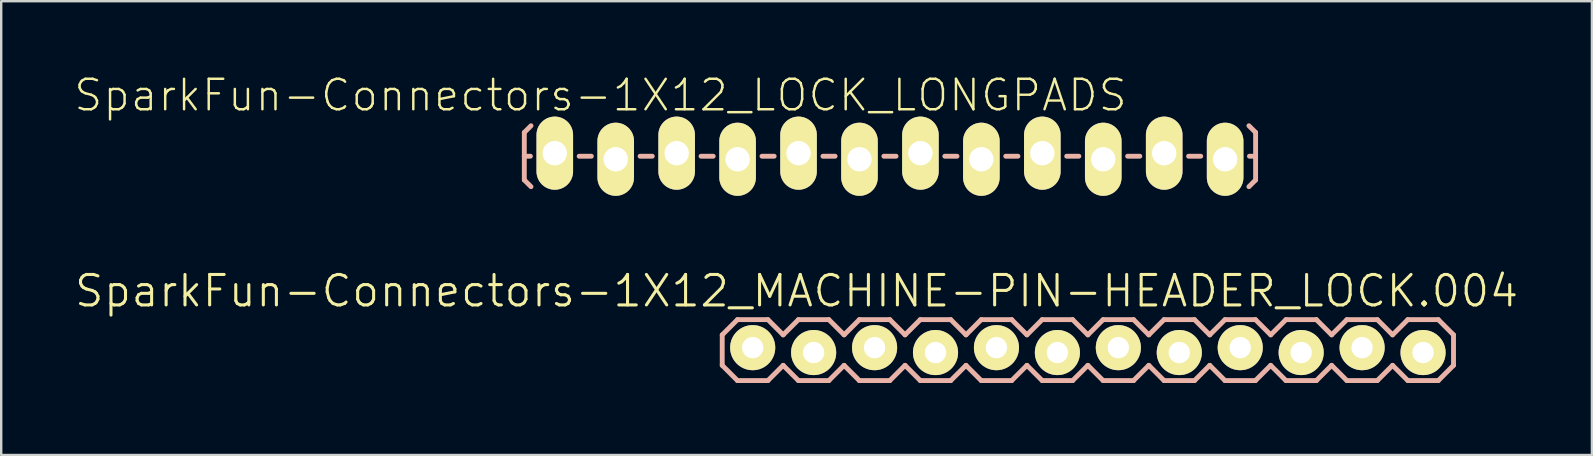
<source format=kicad_pcb>
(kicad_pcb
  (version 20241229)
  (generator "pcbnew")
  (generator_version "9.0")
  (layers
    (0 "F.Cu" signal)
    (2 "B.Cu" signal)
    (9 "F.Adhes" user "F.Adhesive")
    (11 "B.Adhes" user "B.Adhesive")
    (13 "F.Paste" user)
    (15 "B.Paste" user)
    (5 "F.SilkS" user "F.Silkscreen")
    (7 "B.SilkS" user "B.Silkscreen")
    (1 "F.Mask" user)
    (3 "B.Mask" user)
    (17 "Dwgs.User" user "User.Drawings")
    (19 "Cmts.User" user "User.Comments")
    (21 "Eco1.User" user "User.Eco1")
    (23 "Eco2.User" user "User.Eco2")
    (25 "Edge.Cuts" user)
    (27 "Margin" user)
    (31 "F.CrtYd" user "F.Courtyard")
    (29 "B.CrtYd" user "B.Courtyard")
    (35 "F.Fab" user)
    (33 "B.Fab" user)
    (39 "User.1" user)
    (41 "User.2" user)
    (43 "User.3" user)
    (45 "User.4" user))
  (footprint "SparkFun-Connectors-1X12_LOCK_LONGPADS"
    (layer "F.Cu")
    (at 20.073 3.461)
    (property "Reference" "SparkFun-Connectors-1X12_LOCK_LONGPADS" (at 1.905 -2.54 0) (layer "F.SilkS") (effects (font (size 1.27 1.27) (thickness 0.102))))
    (attr exclude_from_pos_files exclude_from_bom)
    (fp_line (start -0.292 -0.292) (end 0.292 -0.292) (stroke (width 0.066) (type solid)) (layer "F.SilkS"))
    (fp_line (start -0.292 0.292) (end -0.292 -0.292) (stroke (width 0.066) (type solid)) (layer "F.SilkS"))
    (fp_line (start -0.292 0.292) (end 0.292 0.292) (stroke (width 0.066) (type solid)) (layer "F.SilkS"))
    (fp_line (start 0.292 0.292) (end 0.292 -0.292) (stroke (width 0.066) (type solid)) (layer "F.SilkS"))
    (fp_line (start 2.248 -0.292) (end 2.832 -0.292) (stroke (width 0.066) (type solid)) (layer "F.SilkS"))
    (fp_line (start 2.248 0.292) (end 2.248 -0.292) (stroke (width 0.066) (type solid)) (layer "F.SilkS"))
    (fp_line (start 2.248 0.292) (end 2.832 0.292) (stroke (width 0.066) (type solid)) (layer "F.SilkS"))
    (fp_line (start 2.832 0.292) (end 2.832 -0.292) (stroke (width 0.066) (type solid)) (layer "F.SilkS"))
    (fp_line (start 4.788 -0.292) (end 5.372 -0.292) (stroke (width 0.066) (type solid)) (layer "F.SilkS"))
    (fp_line (start 4.788 0.292) (end 4.788 -0.292) (stroke (width 0.066) (type solid)) (layer "F.SilkS"))
    (fp_line (start 4.788 0.292) (end 5.372 0.292) (stroke (width 0.066) (type solid)) (layer "F.SilkS"))
    (fp_line (start 5.372 0.292) (end 5.372 -0.292) (stroke (width 0.066) (type solid)) (layer "F.SilkS"))
    (fp_line (start 7.328 -0.292) (end 7.912 -0.292) (stroke (width 0.066) (type solid)) (layer "F.SilkS"))
    (fp_line (start 7.328 0.292) (end 7.328 -0.292) (stroke (width 0.066) (type solid)) (layer "F.SilkS"))
    (fp_line (start 7.328 0.292) (end 7.912 0.292) (stroke (width 0.066) (type solid)) (layer "F.SilkS"))
    (fp_line (start 7.912 0.292) (end 7.912 -0.292) (stroke (width 0.066) (type solid)) (layer "F.SilkS"))
    (fp_line (start 9.868 -0.292) (end 10.452 -0.292) (stroke (width 0.066) (type solid)) (layer "F.SilkS"))
    (fp_line (start 9.868 0.292) (end 9.868 -0.292) (stroke (width 0.066) (type solid)) (layer "F.SilkS"))
    (fp_line (start 9.868 0.292) (end 10.452 0.292) (stroke (width 0.066) (type solid)) (layer "F.SilkS"))
    (fp_line (start 10.452 0.292) (end 10.452 -0.292) (stroke (width 0.066) (type solid)) (layer "F.SilkS"))
    (fp_line (start 12.408 -0.292) (end 12.992 -0.292) (stroke (width 0.066) (type solid)) (layer "F.SilkS"))
    (fp_line (start 12.408 0.292) (end 12.408 -0.292) (stroke (width 0.066) (type solid)) (layer "F.SilkS"))
    (fp_line (start 12.408 0.292) (end 12.992 0.292) (stroke (width 0.066) (type solid)) (layer "F.SilkS"))
    (fp_line (start 12.992 0.292) (end 12.992 -0.292) (stroke (width 0.066) (type solid)) (layer "F.SilkS"))
    (fp_line (start 14.948 -0.292) (end 15.532 -0.292) (stroke (width 0.066) (type solid)) (layer "F.SilkS"))
    (fp_line (start 14.948 0.292) (end 14.948 -0.292) (stroke (width 0.066) (type solid)) (layer "F.SilkS"))
    (fp_line (start 14.948 0.292) (end 15.532 0.292) (stroke (width 0.066) (type solid)) (layer "F.SilkS"))
    (fp_line (start 15.532 0.292) (end 15.532 -0.292) (stroke (width 0.066) (type solid)) (layer "F.SilkS"))
    (fp_line (start 17.488 -0.292) (end 18.072 -0.292) (stroke (width 0.066) (type solid)) (layer "F.SilkS"))
    (fp_line (start 17.488 0.292) (end 17.488 -0.292) (stroke (width 0.066) (type solid)) (layer "F.SilkS"))
    (fp_line (start 17.488 0.292) (end 18.072 0.292) (stroke (width 0.066) (type solid)) (layer "F.SilkS"))
    (fp_line (start 18.072 0.292) (end 18.072 -0.292) (stroke (width 0.066) (type solid)) (layer "F.SilkS"))
    (fp_line (start 20.028 -0.292) (end 20.612 -0.292) (stroke (width 0.066) (type solid)) (layer "F.SilkS"))
    (fp_line (start 20.028 0.292) (end 20.028 -0.292) (stroke (width 0.066) (type solid)) (layer "F.SilkS"))
    (fp_line (start 20.028 0.292) (end 20.612 0.292) (stroke (width 0.066) (type solid)) (layer "F.SilkS"))
    (fp_line (start 20.612 0.292) (end 20.612 -0.292) (stroke (width 0.066) (type solid)) (layer "F.SilkS"))
    (fp_line (start 22.568 -0.292) (end 23.152 -0.292) (stroke (width 0.066) (type solid)) (layer "F.SilkS"))
    (fp_line (start 22.568 0.292) (end 22.568 -0.292) (stroke (width 0.066) (type solid)) (layer "F.SilkS"))
    (fp_line (start 22.568 0.292) (end 23.152 0.292) (stroke (width 0.066) (type solid)) (layer "F.SilkS"))
    (fp_line (start 23.152 0.292) (end 23.152 -0.292) (stroke (width 0.066) (type solid)) (layer "F.SilkS"))
    (fp_line (start 25.108 -0.292) (end 25.692 -0.292) (stroke (width 0.066) (type solid)) (layer "F.SilkS"))
    (fp_line (start 25.108 0.292) (end 25.108 -0.292) (stroke (width 0.066) (type solid)) (layer "F.SilkS"))
    (fp_line (start 25.108 0.292) (end 25.692 0.292) (stroke (width 0.066) (type solid)) (layer "F.SilkS"))
    (fp_line (start 25.692 0.292) (end 25.692 -0.292) (stroke (width 0.066) (type solid)) (layer "F.SilkS"))
    (fp_line (start 27.648 -0.292) (end 28.232 -0.292) (stroke (width 0.066) (type solid)) (layer "F.SilkS"))
    (fp_line (start 27.648 0.292) (end 27.648 -0.292) (stroke (width 0.066) (type solid)) (layer "F.SilkS"))
    (fp_line (start 27.648 0.292) (end 28.232 0.292) (stroke (width 0.066) (type solid)) (layer "F.SilkS"))
    (fp_line (start 28.232 0.292) (end 28.232 -0.292) (stroke (width 0.066) (type solid)) (layer "F.SilkS"))
    (fp_line (start -1.27 -0.991) (end -0.991 -1.27) (stroke (width 0.203) (type solid)) (layer "B.SilkS"))
    (fp_line (start -1.27 0) (end -1.27 -0.991) (stroke (width 0.203) (type solid)) (layer "B.SilkS"))
    (fp_line (start -1.27 0) (end -1.27 0.991) (stroke (width 0.203) (type solid)) (layer "B.SilkS"))
    (fp_line (start -1.27 0) (end -1.016 0) (stroke (width 0.203) (type solid)) (layer "B.SilkS"))
    (fp_line (start -1.27 0.991) (end -0.991 1.27) (stroke (width 0.203) (type solid)) (layer "B.SilkS"))
    (fp_line (start 1.524 0) (end 1.016 0) (stroke (width 0.203) (type solid)) (layer "B.SilkS"))
    (fp_line (start 4.064 0) (end 3.556 0) (stroke (width 0.203) (type solid)) (layer "B.SilkS"))
    (fp_line (start 6.604 0) (end 6.096 0) (stroke (width 0.203) (type solid)) (layer "B.SilkS"))
    (fp_line (start 9.144 0) (end 8.636 0) (stroke (width 0.203) (type solid)) (layer "B.SilkS"))
    (fp_line (start 11.684 0) (end 11.176 0) (stroke (width 0.203) (type solid)) (layer "B.SilkS"))
    (fp_line (start 14.224 0) (end 13.716 0) (stroke (width 0.203) (type solid)) (layer "B.SilkS"))
    (fp_line (start 16.764 0) (end 16.256 0) (stroke (width 0.203) (type solid)) (layer "B.SilkS"))
    (fp_line (start 19.304 0) (end 18.796 0) (stroke (width 0.203) (type solid)) (layer "B.SilkS"))
    (fp_line (start 21.844 0) (end 21.336 0) (stroke (width 0.203) (type solid)) (layer "B.SilkS"))
    (fp_line (start 24.384 0) (end 23.876 0) (stroke (width 0.203) (type solid)) (layer "B.SilkS"))
    (fp_line (start 26.924 0) (end 26.416 0) (stroke (width 0.203) (type solid)) (layer "B.SilkS"))
    (fp_line (start 29.21 -0.991) (end 28.931 -1.27) (stroke (width 0.203) (type solid)) (layer "B.SilkS"))
    (fp_line (start 29.21 0) (end 28.953 0) (stroke (width 0.203) (type solid)) (layer "B.SilkS"))
    (fp_line (start 29.21 0) (end 29.21 -0.991) (stroke (width 0.203) (type solid)) (layer "B.SilkS"))
    (fp_line (start 29.21 0) (end 29.21 0.991) (stroke (width 0.203) (type solid)) (layer "B.SilkS"))
    (fp_line (start 29.21 0.991) (end 28.931 1.27) (stroke (width 0.203) (type solid)) (layer "B.SilkS"))
    (pad "1" thru_hole oval (at 0 -0.127 180) (size 1.524 3.048) (drill 1.016) (layers "*.Cu" "F.Mask" "F.SilkS" "F.Paste"))
    (pad "2" thru_hole oval (at 2.54 0.127 180) (size 1.524 3.048) (drill 1.016) (layers "*.Cu" "F.Mask" "F.SilkS" "F.Paste"))
    (pad "3" thru_hole oval (at 5.08 -0.127 180) (size 1.524 3.048) (drill 1.016) (layers "*.Cu" "F.Mask" "F.SilkS" "F.Paste"))
    (pad "4" thru_hole oval (at 7.62 0.127 180) (size 1.524 3.048) (drill 1.016) (layers "*.Cu" "F.Mask" "F.SilkS" "F.Paste"))
    (pad "5" thru_hole oval (at 10.16 -0.127 180) (size 1.524 3.048) (drill 1.016) (layers "*.Cu" "F.Mask" "F.SilkS" "F.Paste"))
    (pad "6" thru_hole oval (at 12.7 0.127 180) (size 1.524 3.048) (drill 1.016) (layers "*.Cu" "F.Mask" "F.SilkS" "F.Paste"))
    (pad "7" thru_hole oval (at 15.24 -0.127 180) (size 1.524 3.048) (drill 1.016) (layers "*.Cu" "F.Mask" "F.SilkS" "F.Paste"))
    (pad "8" thru_hole oval (at 17.78 0.127 180) (size 1.524 3.048) (drill 1.016) (layers "*.Cu" "F.Mask" "F.SilkS" "F.Paste"))
    (pad "9" thru_hole oval (at 20.32 -0.127 180) (size 1.524 3.048) (drill 1.016) (layers "*.Cu" "F.Mask" "F.SilkS" "F.Paste"))
    (pad "10" thru_hole oval (at 22.86 0.127 180) (size 1.524 3.048) (drill 1.016) (layers "*.Cu" "F.Mask" "F.SilkS" "F.Paste"))
    (pad "11" thru_hole oval (at 25.4 -0.127 180) (size 1.524 3.048) (drill 1.016) (layers "*.Cu" "F.Mask" "F.SilkS" "F.Paste"))
    (pad "12" thru_hole oval (at 27.94 0.127 180) (size 1.524 3.048) (drill 1.016) (layers "*.Cu" "F.Mask" "F.SilkS" "F.Paste")))
  (footprint "SparkFun-Connectors-1X12_MACHINE-PIN-HEADER_LOCK.004"
    (layer "F.Cu")
    (at 28.322 11.542)
    (property "Reference" "SparkFun-Connectors-1X12_MACHINE-PIN-HEADER_LOCK.004" (at 1.829 -2.464 0) (layer "F.SilkS") (effects (font (size 1.27 1.27) (thickness 0.127))))
    (attr exclude_from_pos_files exclude_from_bom)
    (fp_circle (center 0 0) (end -0.165 0.165) (stroke (width 0.013) (type solid)) (fill no) (layer "F.SilkS"))
    (fp_circle (center 2.54 0) (end 2.705 0.165) (stroke (width 0.013) (type solid)) (fill no) (layer "F.SilkS"))
    (fp_circle (center 5.08 0) (end 5.245 0.165) (stroke (width 0.013) (type solid)) (fill no) (layer "F.SilkS"))
    (fp_circle (center 7.62 0) (end 7.785 0.165) (stroke (width 0.013) (type solid)) (fill no) (layer "F.SilkS"))
    (fp_circle (center 10.16 0) (end 10.325 0.165) (stroke (width 0.013) (type solid)) (fill no) (layer "F.SilkS"))
    (fp_circle (center 12.7 0) (end 12.865 0.165) (stroke (width 0.013) (type solid)) (fill no) (layer "F.SilkS"))
    (fp_circle (center 15.24 0) (end 15.405 0.165) (stroke (width 0.013) (type solid)) (fill no) (layer "F.SilkS"))
    (fp_circle (center 17.78 0) (end 17.945 0.165) (stroke (width 0.013) (type solid)) (fill no) (layer "F.SilkS"))
    (fp_circle (center 20.32 0) (end 20.485 0.165) (stroke (width 0.013) (type solid)) (fill no) (layer "F.SilkS"))
    (fp_circle (center 22.86 0) (end 23.025 0.165) (stroke (width 0.013) (type solid)) (fill no) (layer "F.SilkS"))
    (fp_circle (center 25.4 0) (end 25.565 0.165) (stroke (width 0.013) (type solid)) (fill no) (layer "F.SilkS"))
    (fp_circle (center 27.94 0) (end 28.105 0.165) (stroke (width 0.013) (type solid)) (fill no) (layer "F.SilkS"))
    (fp_line (start -1.27 -0.635) (end -1.27 0.635) (stroke (width 0.203) (type solid)) (layer "B.SilkS"))
    (fp_line (start -1.27 0.635) (end -0.635 1.27) (stroke (width 0.203) (type solid)) (layer "B.SilkS"))
    (fp_line (start -0.635 -1.27) (end -1.27 -0.635) (stroke (width 0.203) (type solid)) (layer "B.SilkS"))
    (fp_line (start -0.635 -1.27) (end 0.635 -1.27) (stroke (width 0.203) (type solid)) (layer "B.SilkS"))
    (fp_line (start 0.635 -1.27) (end 1.27 -0.635) (stroke (width 0.203) (type solid)) (layer "B.SilkS"))
    (fp_line (start 0.635 1.27) (end -0.635 1.27) (stroke (width 0.203) (type solid)) (layer "B.SilkS"))
    (fp_line (start 1.27 -0.635) (end 1.905 -1.27) (stroke (width 0.203) (type solid)) (layer "B.SilkS"))
    (fp_line (start 1.27 0.635) (end 0.635 1.27) (stroke (width 0.203) (type solid)) (layer "B.SilkS"))
    (fp_line (start 1.905 -1.27) (end 3.175 -1.27) (stroke (width 0.203) (type solid)) (layer "B.SilkS"))
    (fp_line (start 1.905 1.27) (end 1.27 0.635) (stroke (width 0.203) (type solid)) (layer "B.SilkS"))
    (fp_line (start 3.175 -1.27) (end 3.81 -0.635) (stroke (width 0.203) (type solid)) (layer "B.SilkS"))
    (fp_line (start 3.175 1.27) (end 1.905 1.27) (stroke (width 0.203) (type solid)) (layer "B.SilkS"))
    (fp_line (start 3.81 -0.635) (end 4.445 -1.27) (stroke (width 0.203) (type solid)) (layer "B.SilkS"))
    (fp_line (start 3.81 0.635) (end 3.175 1.27) (stroke (width 0.203) (type solid)) (layer "B.SilkS"))
    (fp_line (start 4.445 -1.27) (end 5.715 -1.27) (stroke (width 0.203) (type solid)) (layer "B.SilkS"))
    (fp_line (start 4.445 1.27) (end 3.81 0.635) (stroke (width 0.203) (type solid)) (layer "B.SilkS"))
    (fp_line (start 5.715 -1.27) (end 6.35 -0.635) (stroke (width 0.203) (type solid)) (layer "B.SilkS"))
    (fp_line (start 5.715 1.27) (end 4.445 1.27) (stroke (width 0.203) (type solid)) (layer "B.SilkS"))
    (fp_line (start 6.35 0.635) (end 5.715 1.27) (stroke (width 0.203) (type solid)) (layer "B.SilkS"))
    (fp_line (start 6.35 0.635) (end 6.985 1.27) (stroke (width 0.203) (type solid)) (layer "B.SilkS"))
    (fp_line (start 6.985 -1.27) (end 6.35 -0.635) (stroke (width 0.203) (type solid)) (layer "B.SilkS"))
    (fp_line (start 6.985 -1.27) (end 8.255 -1.27) (stroke (width 0.203) (type solid)) (layer "B.SilkS"))
    (fp_line (start 8.255 -1.27) (end 8.89 -0.635) (stroke (width 0.203) (type solid)) (layer "B.SilkS"))
    (fp_line (start 8.255 1.27) (end 6.985 1.27) (stroke (width 0.203) (type solid)) (layer "B.SilkS"))
    (fp_line (start 8.89 -0.635) (end 9.525 -1.27) (stroke (width 0.203) (type solid)) (layer "B.SilkS"))
    (fp_line (start 8.89 0.635) (end 8.255 1.27) (stroke (width 0.203) (type solid)) (layer "B.SilkS"))
    (fp_line (start 9.525 -1.27) (end 10.795 -1.27) (stroke (width 0.203) (type solid)) (layer "B.SilkS"))
    (fp_line (start 9.525 1.27) (end 8.89 0.635) (stroke (width 0.203) (type solid)) (layer "B.SilkS"))
    (fp_line (start 10.795 -1.27) (end 11.43 -0.635) (stroke (width 0.203) (type solid)) (layer "B.SilkS"))
    (fp_line (start 10.795 1.27) (end 9.525 1.27) (stroke (width 0.203) (type solid)) (layer "B.SilkS"))
    (fp_line (start 11.43 -0.635) (end 12.065 -1.27) (stroke (width 0.203) (type solid)) (layer "B.SilkS"))
    (fp_line (start 11.43 0.635) (end 10.795 1.27) (stroke (width 0.203) (type solid)) (layer "B.SilkS"))
    (fp_line (start 12.065 -1.27) (end 13.335 -1.27) (stroke (width 0.203) (type solid)) (layer "B.SilkS"))
    (fp_line (start 12.065 1.27) (end 11.43 0.635) (stroke (width 0.203) (type solid)) (layer "B.SilkS"))
    (fp_line (start 13.335 -1.27) (end 13.97 -0.635) (stroke (width 0.203) (type solid)) (layer "B.SilkS"))
    (fp_line (start 13.335 1.27) (end 12.065 1.27) (stroke (width 0.203) (type solid)) (layer "B.SilkS"))
    (fp_line (start 13.97 0.635) (end 13.335 1.27) (stroke (width 0.203) (type solid)) (layer "B.SilkS"))
    (fp_line (start 13.97 0.635) (end 14.605 1.27) (stroke (width 0.203) (type solid)) (layer "B.SilkS"))
    (fp_line (start 14.605 -1.27) (end 13.97 -0.635) (stroke (width 0.203) (type solid)) (layer "B.SilkS"))
    (fp_line (start 14.605 -1.27) (end 15.875 -1.27) (stroke (width 0.203) (type solid)) (layer "B.SilkS"))
    (fp_line (start 15.875 -1.27) (end 16.51 -0.635) (stroke (width 0.203) (type solid)) (layer "B.SilkS"))
    (fp_line (start 15.875 1.27) (end 14.605 1.27) (stroke (width 0.203) (type solid)) (layer "B.SilkS"))
    (fp_line (start 16.51 -0.635) (end 17.145 -1.27) (stroke (width 0.203) (type solid)) (layer "B.SilkS"))
    (fp_line (start 16.51 0.635) (end 15.875 1.27) (stroke (width 0.203) (type solid)) (layer "B.SilkS"))
    (fp_line (start 17.145 -1.27) (end 18.415 -1.27) (stroke (width 0.203) (type solid)) (layer "B.SilkS"))
    (fp_line (start 17.145 1.27) (end 16.51 0.635) (stroke (width 0.203) (type solid)) (layer "B.SilkS"))
    (fp_line (start 18.415 -1.27) (end 19.05 -0.635) (stroke (width 0.203) (type solid)) (layer "B.SilkS"))
    (fp_line (start 18.415 1.27) (end 17.145 1.27) (stroke (width 0.203) (type solid)) (layer "B.SilkS"))
    (fp_line (start 19.05 -0.635) (end 19.685 -1.27) (stroke (width 0.203) (type solid)) (layer "B.SilkS"))
    (fp_line (start 19.05 0.635) (end 18.415 1.27) (stroke (width 0.203) (type solid)) (layer "B.SilkS"))
    (fp_line (start 19.685 -1.27) (end 20.955 -1.27) (stroke (width 0.203) (type solid)) (layer "B.SilkS"))
    (fp_line (start 19.685 1.27) (end 19.05 0.635) (stroke (width 0.203) (type solid)) (layer "B.SilkS"))
    (fp_line (start 20.955 -1.27) (end 21.59 -0.635) (stroke (width 0.203) (type solid)) (layer "B.SilkS"))
    (fp_line (start 20.955 1.27) (end 19.685 1.27) (stroke (width 0.203) (type solid)) (layer "B.SilkS"))
    (fp_line (start 21.59 0.635) (end 20.955 1.27) (stroke (width 0.203) (type solid)) (layer "B.SilkS"))
    (fp_line (start 21.59 0.635) (end 22.225 1.27) (stroke (width 0.203) (type solid)) (layer "B.SilkS"))
    (fp_line (start 22.225 -1.27) (end 21.59 -0.635) (stroke (width 0.203) (type solid)) (layer "B.SilkS"))
    (fp_line (start 22.225 -1.27) (end 23.495 -1.27) (stroke (width 0.203) (type solid)) (layer "B.SilkS"))
    (fp_line (start 23.495 -1.27) (end 24.13 -0.635) (stroke (width 0.203) (type solid)) (layer "B.SilkS"))
    (fp_line (start 23.495 1.27) (end 22.225 1.27) (stroke (width 0.203) (type solid)) (layer "B.SilkS"))
    (fp_line (start 24.13 -0.635) (end 24.765 -1.27) (stroke (width 0.203) (type solid)) (layer "B.SilkS"))
    (fp_line (start 24.13 0.635) (end 23.495 1.27) (stroke (width 0.203) (type solid)) (layer "B.SilkS"))
    (fp_line (start 24.765 -1.27) (end 26.035 -1.27) (stroke (width 0.203) (type solid)) (layer "B.SilkS"))
    (fp_line (start 24.765 1.27) (end 24.13 0.635) (stroke (width 0.203) (type solid)) (layer "B.SilkS"))
    (fp_line (start 26.035 -1.27) (end 26.67 -0.635) (stroke (width 0.203) (type solid)) (layer "B.SilkS"))
    (fp_line (start 26.035 1.27) (end 24.765 1.27) (stroke (width 0.203) (type solid)) (layer "B.SilkS"))
    (fp_line (start 26.67 -0.635) (end 27.305 -1.27) (stroke (width 0.203) (type solid)) (layer "B.SilkS"))
    (fp_line (start 26.67 0.635) (end 26.035 1.27) (stroke (width 0.203) (type solid)) (layer "B.SilkS"))
    (fp_line (start 27.305 -1.27) (end 28.575 -1.27) (stroke (width 0.203) (type solid)) (layer "B.SilkS"))
    (fp_line (start 27.305 1.27) (end 26.67 0.635) (stroke (width 0.203) (type solid)) (layer "B.SilkS"))
    (fp_line (start 28.575 -1.27) (end 29.21 -0.635) (stroke (width 0.203) (type solid)) (layer "B.SilkS"))
    (fp_line (start 28.575 1.27) (end 27.305 1.27) (stroke (width 0.203) (type solid)) (layer "B.SilkS"))
    (fp_line (start 29.21 -0.635) (end 29.21 0.635) (stroke (width 0.203) (type solid)) (layer "B.SilkS"))
    (fp_line (start 29.21 0.635) (end 28.575 1.27) (stroke (width 0.203) (type solid)) (layer "B.SilkS"))
    (pad "1" thru_hole circle (at 0 -0.102) (size 1.88 1.88) (drill 0.889) (layers "*.Cu" "F.Mask" "F.SilkS" "F.Paste"))
    (pad "2" thru_hole circle (at 2.54 0.102) (size 1.88 1.88) (drill 0.889) (layers "*.Cu" "F.Mask" "F.SilkS" "F.Paste"))
    (pad "3" thru_hole circle (at 5.08 -0.102) (size 1.88 1.88) (drill 0.889) (layers "*.Cu" "F.Mask" "F.SilkS" "F.Paste"))
    (pad "4" thru_hole circle (at 7.62 0.102) (size 1.88 1.88) (drill 0.889) (layers "*.Cu" "F.Mask" "F.SilkS" "F.Paste"))
    (pad "5" thru_hole circle (at 10.16 -0.102) (size 1.88 1.88) (drill 0.889) (layers "*.Cu" "F.Mask" "F.SilkS" "F.Paste"))
    (pad "6" thru_hole circle (at 12.7 0.102) (size 1.88 1.88) (drill 0.889) (layers "*.Cu" "F.Mask" "F.SilkS" "F.Paste"))
    (pad "7" thru_hole circle (at 15.24 -0.102) (size 1.88 1.88) (drill 0.889) (layers "*.Cu" "F.Mask" "F.SilkS" "F.Paste"))
    (pad "8" thru_hole circle (at 17.78 0.102) (size 1.88 1.88) (drill 0.889) (layers "*.Cu" "F.Mask" "F.SilkS" "F.Paste"))
    (pad "9" thru_hole circle (at 20.32 -0.102) (size 1.88 1.88) (drill 0.889) (layers "*.Cu" "F.Mask" "F.SilkS" "F.Paste"))
    (pad "10" thru_hole circle (at 22.86 0.102) (size 1.88 1.88) (drill 0.889) (layers "*.Cu" "F.Mask" "F.SilkS" "F.Paste"))
    (pad "11" thru_hole circle (at 25.4 -0.102) (size 1.88 1.88) (drill 0.889) (layers "*.Cu" "F.Mask" "F.SilkS" "F.Paste"))
    (pad "12" thru_hole circle (at 27.94 0.102) (size 1.88 1.88) (drill 0.889) (layers "*.Cu" "F.Mask" "F.SilkS" "F.Paste")))
  (gr_rect
    (start -3 -3)
    (end 63.301 15.913)
    (stroke (width 0.1) (type default))
    (fill no)
    (layer "Edge.Cuts")))
</source>
